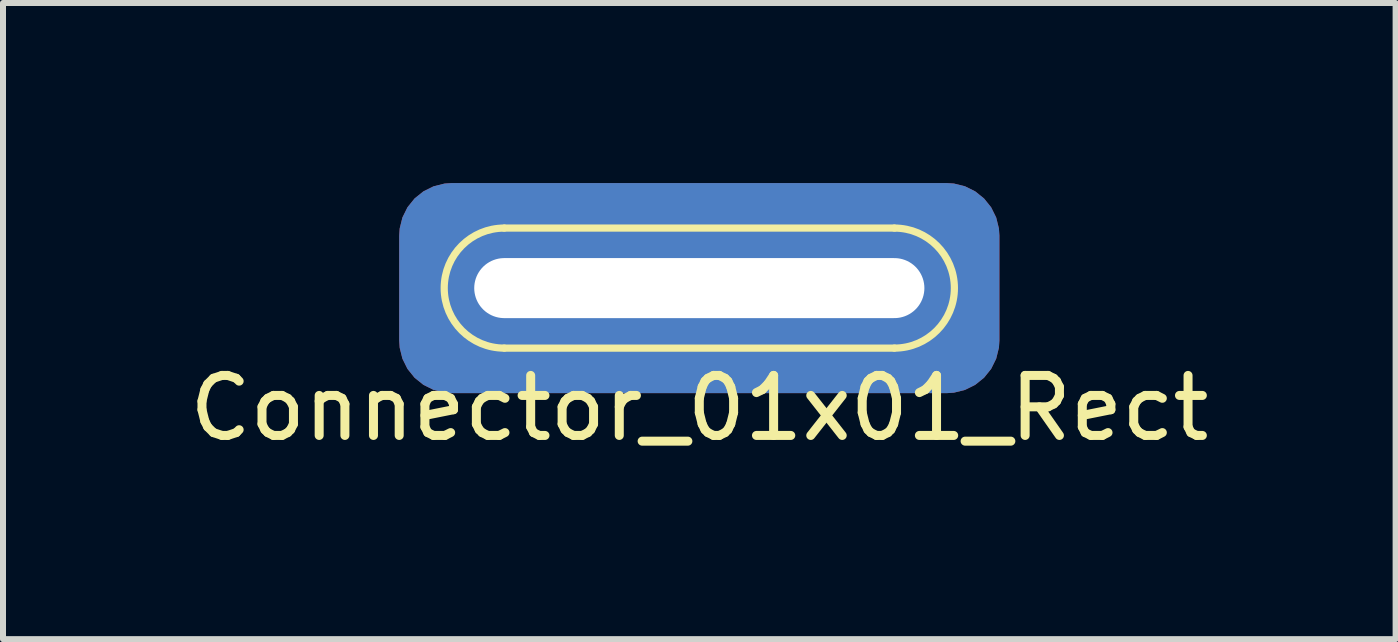
<source format=kicad_pcb>
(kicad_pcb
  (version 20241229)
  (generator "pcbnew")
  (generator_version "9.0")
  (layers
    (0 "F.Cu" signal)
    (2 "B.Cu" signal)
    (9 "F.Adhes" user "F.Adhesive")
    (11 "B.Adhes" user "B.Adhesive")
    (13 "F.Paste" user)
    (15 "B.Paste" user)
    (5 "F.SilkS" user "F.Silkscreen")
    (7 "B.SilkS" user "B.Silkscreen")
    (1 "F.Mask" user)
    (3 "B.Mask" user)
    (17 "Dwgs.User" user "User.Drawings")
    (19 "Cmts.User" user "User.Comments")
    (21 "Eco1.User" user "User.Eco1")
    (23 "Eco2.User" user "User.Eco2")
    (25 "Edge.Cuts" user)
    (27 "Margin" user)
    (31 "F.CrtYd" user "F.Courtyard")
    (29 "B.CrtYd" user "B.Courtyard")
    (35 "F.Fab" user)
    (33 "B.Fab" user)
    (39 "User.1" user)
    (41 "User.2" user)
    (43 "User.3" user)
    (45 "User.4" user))
  (footprint "Connector_01x01_Rect"
    (layer "F.Cu")
    (at 8.601 1.75)
    (property "Reference" "Connector_01x01_Rect" (at 0 2 0) (unlocked yes) (layer "F.SilkS") (effects (font (size 1 1) (thickness 0.15))))
    (attr through_hole)
    (fp_line (start -3.25 -1) (end 3.25 -1) (stroke (width 0.12) (type default)) (layer "F.SilkS"))
    (fp_line (start -3.25 1) (end 3.25 1) (stroke (width 0.12) (type default)) (layer "F.SilkS"))
    (fp_arc (start -3.25 1) (mid -4.25 0) (end -3.25 -1) (stroke (width 0.12) (type default)) (layer "F.SilkS"))
    (fp_arc (start 3.25 -1) (mid 4.25 0) (end 3.25 1) (stroke (width 0.12) (type default)) (layer "F.SilkS"))
    (pad "1" thru_hole roundrect (at 0 0) (size 10 3.5) (drill oval 7.5 1) (layers "*.Cu" "B.Mask") (roundrect_rratio 0.25)))
  (gr_rect
    (start -3 -3)
    (end 20.202 7.598)
    (stroke (width 0.1) (type default))
    (fill no)
    (layer "Edge.Cuts")))
</source>
